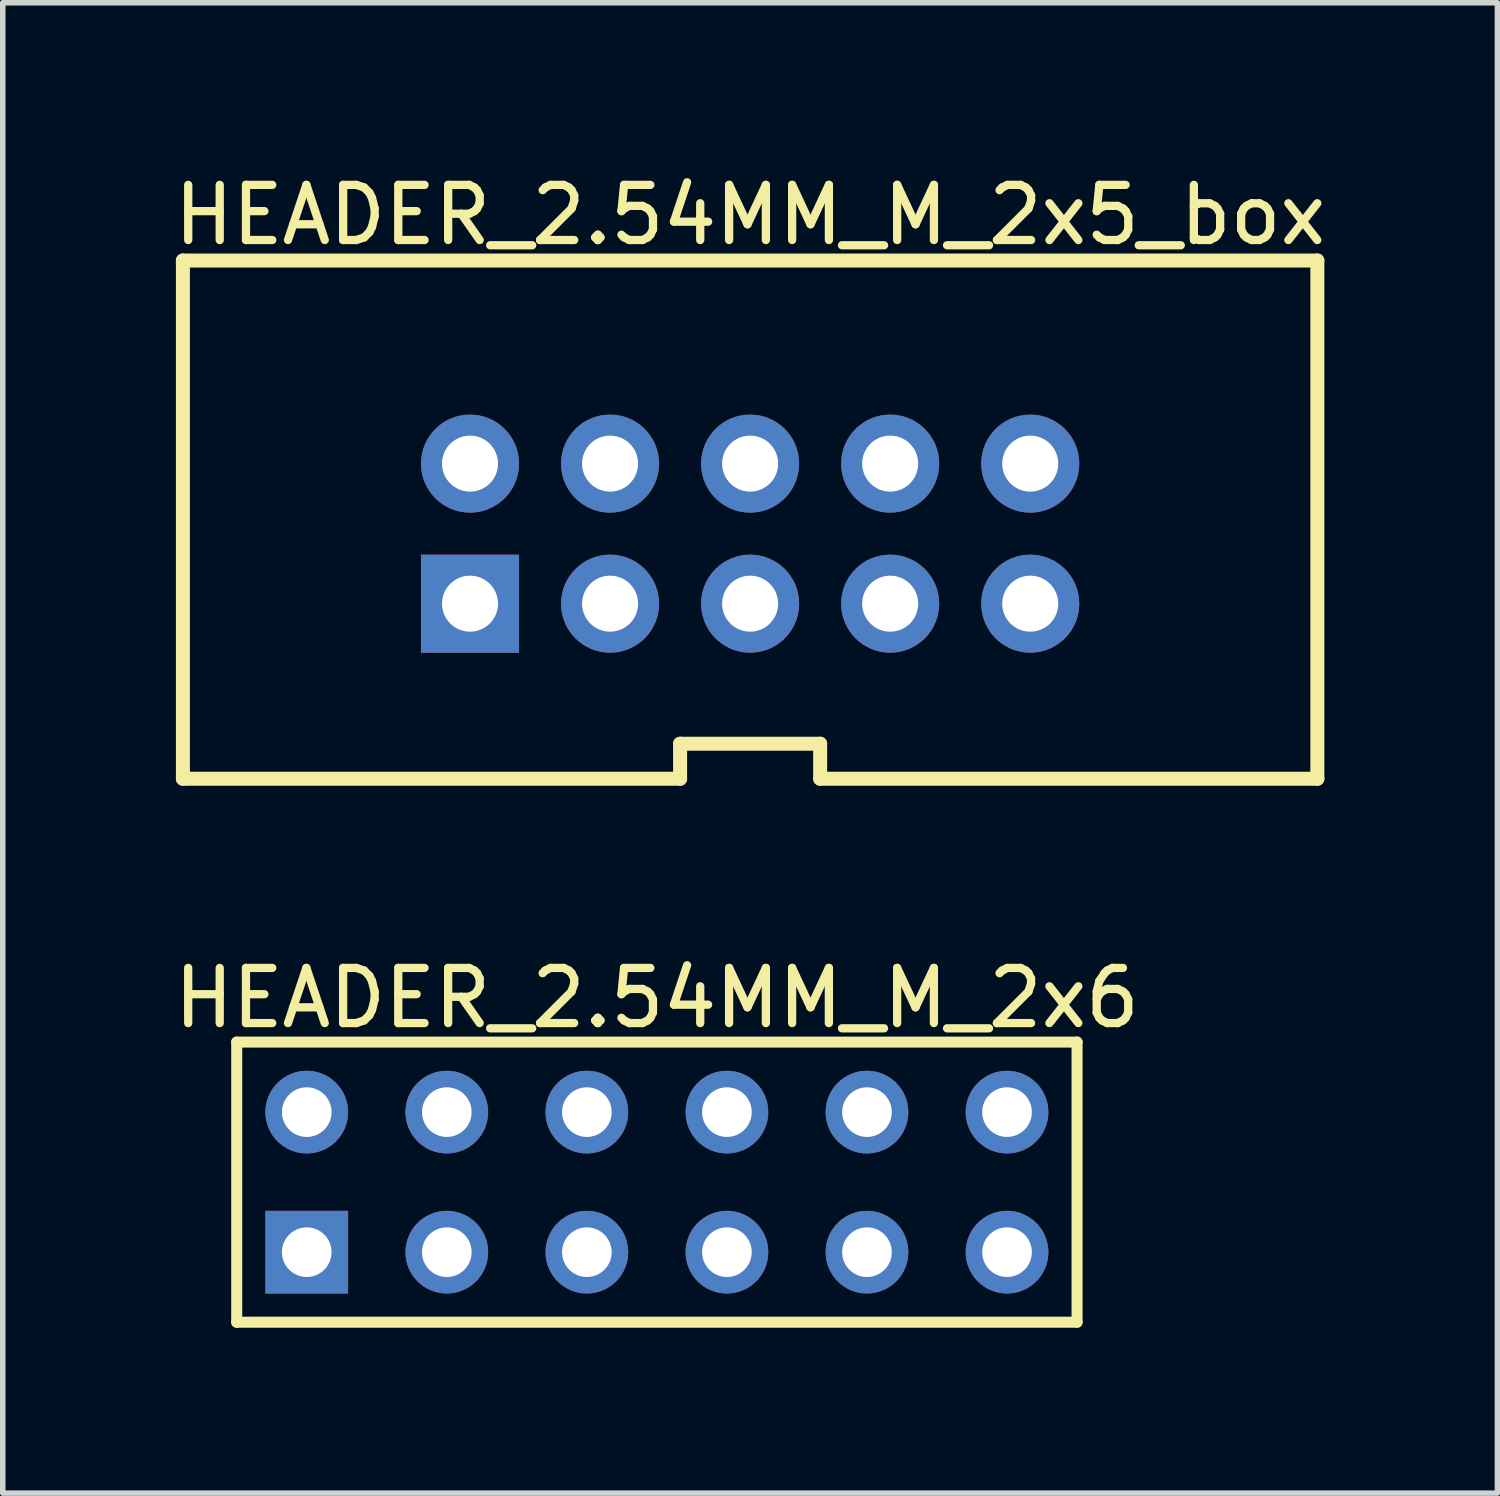
<source format=kicad_pcb>
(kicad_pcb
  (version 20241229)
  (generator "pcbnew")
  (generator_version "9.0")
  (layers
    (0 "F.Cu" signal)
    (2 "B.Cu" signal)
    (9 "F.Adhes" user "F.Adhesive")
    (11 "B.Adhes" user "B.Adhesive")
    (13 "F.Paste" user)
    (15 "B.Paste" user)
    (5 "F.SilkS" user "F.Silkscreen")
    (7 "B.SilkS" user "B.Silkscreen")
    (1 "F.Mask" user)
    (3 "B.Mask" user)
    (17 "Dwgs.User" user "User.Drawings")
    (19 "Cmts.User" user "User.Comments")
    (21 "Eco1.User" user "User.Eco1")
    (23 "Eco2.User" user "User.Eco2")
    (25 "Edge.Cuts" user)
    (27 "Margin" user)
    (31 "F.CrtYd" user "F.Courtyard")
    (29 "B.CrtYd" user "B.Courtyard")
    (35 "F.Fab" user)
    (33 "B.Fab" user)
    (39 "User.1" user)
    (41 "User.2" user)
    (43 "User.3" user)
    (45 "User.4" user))
  (footprint "HEADER_2.54MM_M_2x5_box"
    (layer "F.Cu")
    (at 10.554 6.628)
    (property "Reference" "HEADER_2.54MM_M_2x5_box" (at 0 -5.78 0) (layer "F.SilkS") (effects (font (size 1 1) (thickness 0.15))))
    (fp_line (start -10.287 -4.953) (end 10.287 -4.953) (stroke (width 0.254) (type solid)) (layer "F.SilkS"))
    (fp_line (start -10.287 4.445) (end -10.287 -4.953) (stroke (width 0.254) (type solid)) (layer "F.SilkS"))
    (fp_line (start -10.287 4.445) (end -1.27 4.445) (stroke (width 0.254) (type solid)) (layer "F.SilkS"))
    (fp_line (start -1.27 3.81) (end 1.27 3.81) (stroke (width 0.254) (type solid)) (layer "F.SilkS"))
    (fp_line (start -1.27 4.445) (end -1.27 3.81) (stroke (width 0.254) (type solid)) (layer "F.SilkS"))
    (fp_line (start 1.27 4.445) (end 1.27 3.81) (stroke (width 0.254) (type solid)) (layer "F.SilkS"))
    (fp_line (start 1.27 4.445) (end 10.287 4.445) (stroke (width 0.254) (type solid)) (layer "F.SilkS"))
    (fp_line (start 10.287 4.445) (end 10.287 -4.953) (stroke (width 0.254) (type solid)) (layer "F.SilkS"))
    (pad "1" thru_hole rect (at -5.08 1.27) (size 1.778 1.778) (drill 1.016) (layers "*.Cu" "*.Mask"))
    (pad "2" thru_hole circle (at -5.08 -1.27) (size 1.778 1.778) (drill 1.016) (layers "*.Cu" "*.Mask"))
    (pad "3" thru_hole circle (at -2.54 1.27) (size 1.778 1.778) (drill 1.016) (layers "*.Cu" "*.Mask"))
    (pad "4" thru_hole circle (at -2.54 -1.27) (size 1.778 1.778) (drill 1.016) (layers "*.Cu" "*.Mask"))
    (pad "5" thru_hole circle (at 0 1.27) (size 1.778 1.778) (drill 1.016) (layers "*.Cu" "*.Mask"))
    (pad "6" thru_hole circle (at 0 -1.27) (size 1.778 1.778) (drill 1.016) (layers "*.Cu" "*.Mask"))
    (pad "7" thru_hole circle (at 2.54 1.27) (size 1.778 1.778) (drill 1.016) (layers "*.Cu" "*.Mask"))
    (pad "8" thru_hole circle (at 2.54 -1.27) (size 1.778 1.778) (drill 1.016) (layers "*.Cu" "*.Mask"))
    (pad "9" thru_hole circle (at 5.08 1.27) (size 1.778 1.778) (drill 1.016) (layers "*.Cu" "*.Mask"))
    (pad "10" thru_hole circle (at 5.08 -1.27) (size 1.778 1.778) (drill 1.016) (layers "*.Cu" "*.Mask")))
  (footprint "HEADER_2.54MM_M_2x6"
    (layer "F.Cu")
    (at 8.863 18.389)
    (property "Reference" "HEADER_2.54MM_M_2x6" (at 0.00008 -3.34 0) (layer "F.SilkS") (effects (font (size 1 1) (thickness 0.15))))
    (fp_line (start -7.62 -2.54) (end 7.62 -2.54) (stroke (width 0.2) (type solid)) (layer "F.SilkS"))
    (fp_line (start -7.62 2.54) (end -7.62 -2.54) (stroke (width 0.2) (type solid)) (layer "F.SilkS"))
    (fp_line (start -7.62 2.54) (end 7.62 2.54) (stroke (width 0.2) (type solid)) (layer "F.SilkS"))
    (fp_line (start 7.62 2.54) (end 7.62 -2.54) (stroke (width 0.2) (type solid)) (layer "F.SilkS"))
    (pad "1" thru_hole rect (at -6.35 1.27) (size 1.5 1.5) (drill 0.9) (layers "*.Cu" "*.Mask"))
    (pad "2" thru_hole circle (at -6.35 -1.27) (size 1.5 1.5) (drill 0.9) (layers "*.Cu" "*.Mask"))
    (pad "3" thru_hole circle (at -3.81 1.27) (size 1.5 1.5) (drill 0.9) (layers "*.Cu" "*.Mask"))
    (pad "4" thru_hole circle (at -3.81 -1.27) (size 1.5 1.5) (drill 0.9) (layers "*.Cu" "*.Mask"))
    (pad "5" thru_hole circle (at -1.27 1.27) (size 1.5 1.5) (drill 0.9) (layers "*.Cu" "*.Mask"))
    (pad "6" thru_hole circle (at -1.27 -1.27) (size 1.5 1.5) (drill 0.9) (layers "*.Cu" "*.Mask"))
    (pad "7" thru_hole circle (at 1.27 1.27) (size 1.5 1.5) (drill 0.9) (layers "*.Cu" "*.Mask"))
    (pad "8" thru_hole circle (at 1.27 -1.27) (size 1.5 1.5) (drill 0.9) (layers "*.Cu" "*.Mask"))
    (pad "9" thru_hole circle (at 3.81 1.27) (size 1.5 1.5) (drill 0.9) (layers "*.Cu" "*.Mask"))
    (pad "10" thru_hole circle (at 3.81 -1.27) (size 1.5 1.5) (drill 0.9) (layers "*.Cu" "*.Mask"))
    (pad "11" thru_hole circle (at 6.35 1.27) (size 1.5 1.5) (drill 0.9) (layers "*.Cu" "*.Mask"))
    (pad "12" thru_hole circle (at 6.35 -1.27) (size 1.5 1.5) (drill 0.9) (layers "*.Cu" "*.Mask")))
  (gr_rect
    (start -3 -3)
    (end 24.107 24.029)
    (stroke (width 0.1) (type default))
    (fill no)
    (layer "Edge.Cuts")))
</source>
